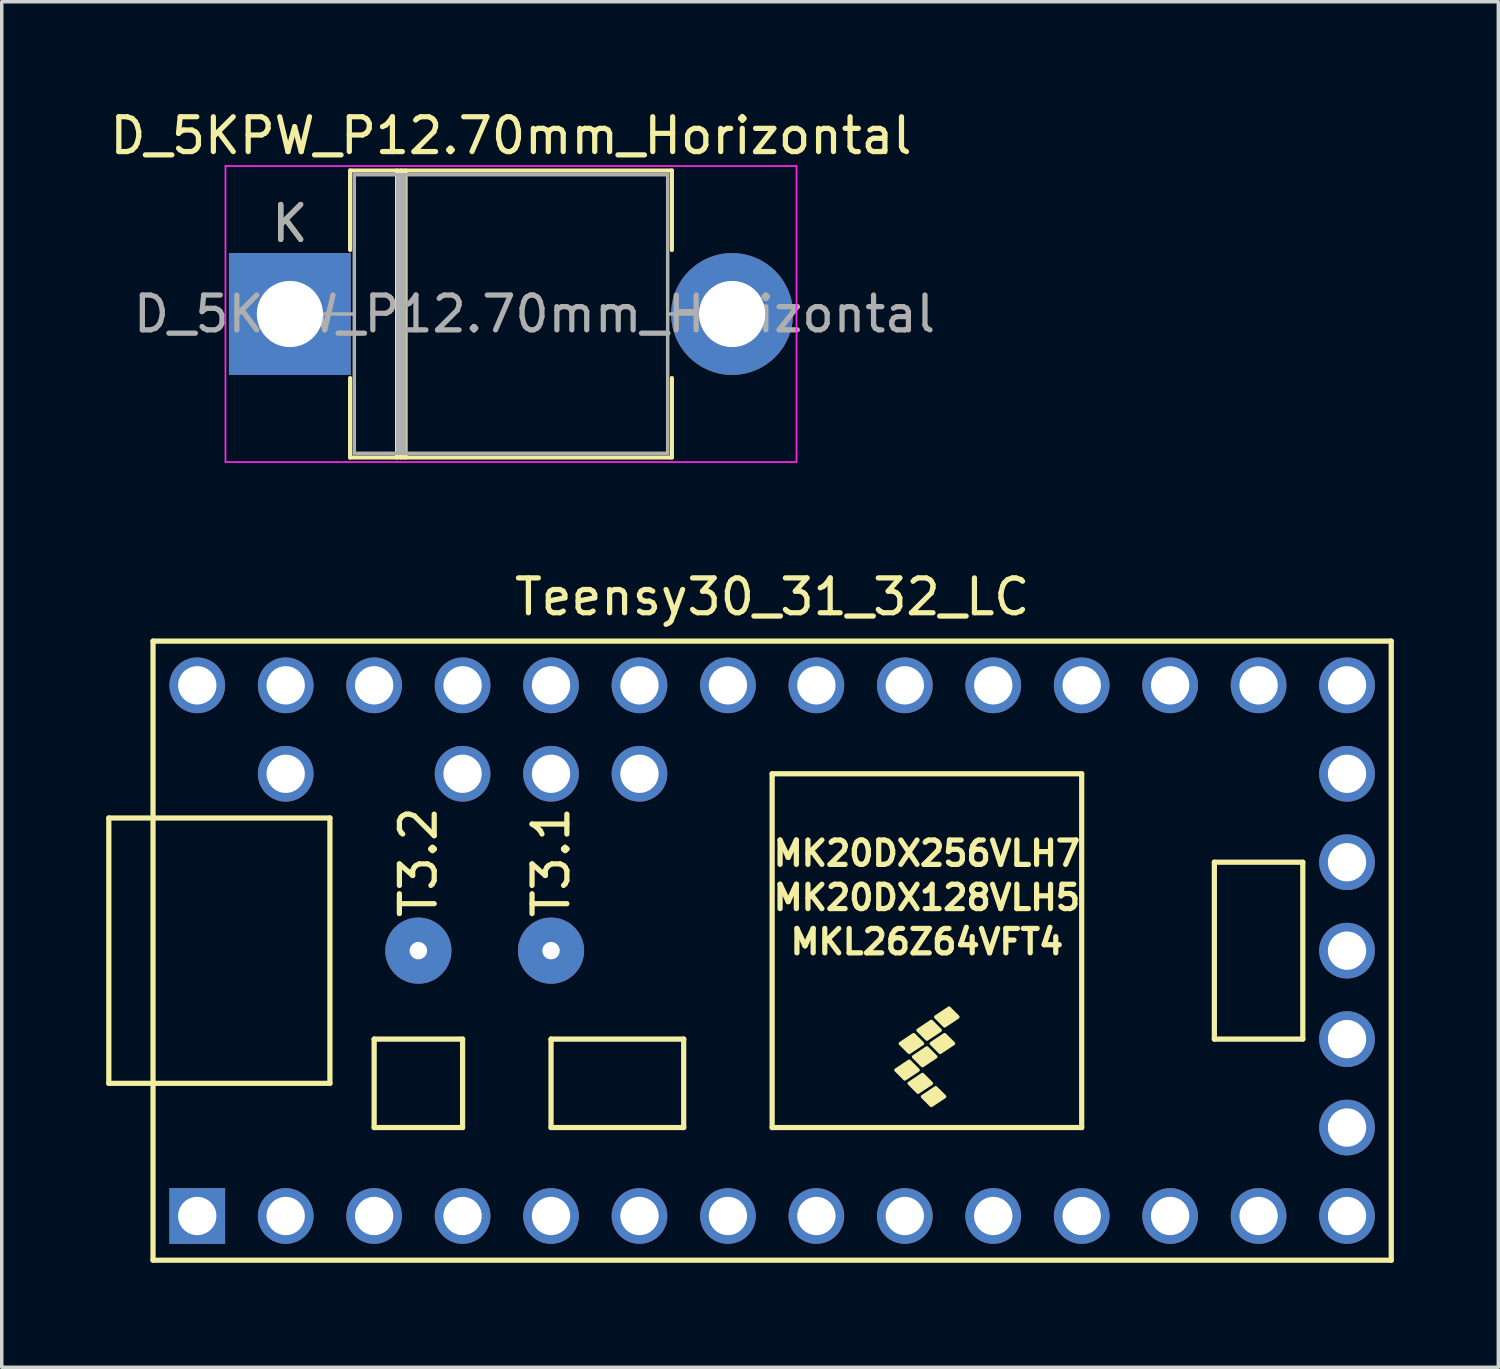
<source format=kicad_pcb>
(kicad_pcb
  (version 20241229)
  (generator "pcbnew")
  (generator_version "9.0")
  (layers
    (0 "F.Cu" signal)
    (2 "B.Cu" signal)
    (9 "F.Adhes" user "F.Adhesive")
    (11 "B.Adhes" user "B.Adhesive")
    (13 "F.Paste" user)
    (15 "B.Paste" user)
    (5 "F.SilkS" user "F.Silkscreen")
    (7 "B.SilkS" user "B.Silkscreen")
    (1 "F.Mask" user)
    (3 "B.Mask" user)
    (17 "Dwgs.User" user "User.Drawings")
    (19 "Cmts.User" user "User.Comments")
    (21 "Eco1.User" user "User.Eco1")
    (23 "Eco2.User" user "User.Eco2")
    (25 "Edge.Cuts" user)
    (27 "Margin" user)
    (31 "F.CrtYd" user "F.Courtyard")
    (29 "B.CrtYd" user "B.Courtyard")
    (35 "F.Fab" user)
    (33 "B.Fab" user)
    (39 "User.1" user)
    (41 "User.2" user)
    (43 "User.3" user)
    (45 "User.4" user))
  (footprint "Teensy30_31_32_LC"
    (layer "F.Cu")
    (at 19.125 24.252)
    (property "Reference" "Teensy30_31_32_LC" (at 0 -10.16 0) (layer "F.SilkS") (effects (font (size 1 1) (thickness 0.15))))
    (attr through_hole)
    (fp_line (start -19.05 -3.81) (end -17.78 -3.81) (stroke (width 0.15) (type solid)) (layer "F.SilkS"))
    (fp_line (start -19.05 3.81) (end -19.05 -3.81) (stroke (width 0.15) (type solid)) (layer "F.SilkS"))
    (fp_line (start -17.78 -8.89) (end 17.78 -8.89) (stroke (width 0.15) (type solid)) (layer "F.SilkS"))
    (fp_line (start -17.78 3.81) (end -19.05 3.81) (stroke (width 0.15) (type solid)) (layer "F.SilkS"))
    (fp_line (start -17.78 8.89) (end -17.78 -8.89) (stroke (width 0.15) (type solid)) (layer "F.SilkS"))
    (fp_line (start -12.7 -3.81) (end -17.78 -3.81) (stroke (width 0.15) (type solid)) (layer "F.SilkS"))
    (fp_line (start -12.7 3.81) (end -17.78 3.81) (stroke (width 0.15) (type solid)) (layer "F.SilkS"))
    (fp_line (start -12.7 3.81) (end -12.7 -3.81) (stroke (width 0.15) (type solid)) (layer "F.SilkS"))
    (fp_line (start -11.43 2.54) (end -11.43 5.08) (stroke (width 0.15) (type solid)) (layer "F.SilkS"))
    (fp_line (start -11.43 5.08) (end -8.89 5.08) (stroke (width 0.15) (type solid)) (layer "F.SilkS"))
    (fp_line (start -8.89 2.54) (end -11.43 2.54) (stroke (width 0.15) (type solid)) (layer "F.SilkS"))
    (fp_line (start -8.89 5.08) (end -8.89 2.54) (stroke (width 0.15) (type solid)) (layer "F.SilkS"))
    (fp_line (start -6.35 2.54) (end -6.35 5.08) (stroke (width 0.15) (type solid)) (layer "F.SilkS"))
    (fp_line (start -6.35 5.08) (end -2.54 5.08) (stroke (width 0.15) (type solid)) (layer "F.SilkS"))
    (fp_line (start -2.54 2.54) (end -6.35 2.54) (stroke (width 0.15) (type solid)) (layer "F.SilkS"))
    (fp_line (start -2.54 5.08) (end -2.54 2.54) (stroke (width 0.15) (type solid)) (layer "F.SilkS"))
    (fp_line (start 0 -5.08) (end 0 5.08) (stroke (width 0.15) (type solid)) (layer "F.SilkS"))
    (fp_line (start 8.89 -5.08) (end 0 -5.08) (stroke (width 0.15) (type solid)) (layer "F.SilkS"))
    (fp_line (start 8.89 5.08) (end 0 5.08) (stroke (width 0.15) (type solid)) (layer "F.SilkS"))
    (fp_line (start 8.89 5.08) (end 8.89 -5.08) (stroke (width 0.15) (type solid)) (layer "F.SilkS"))
    (fp_line (start 12.7 -2.54) (end 15.24 -2.54) (stroke (width 0.15) (type solid)) (layer "F.SilkS"))
    (fp_line (start 12.7 2.54) (end 12.7 -2.54) (stroke (width 0.15) (type solid)) (layer "F.SilkS"))
    (fp_line (start 15.24 -2.54) (end 15.24 2.54) (stroke (width 0.15) (type solid)) (layer "F.SilkS"))
    (fp_line (start 15.24 2.54) (end 12.7 2.54) (stroke (width 0.15) (type solid)) (layer "F.SilkS"))
    (fp_line (start 17.78 -8.89) (end 17.78 8.89) (stroke (width 0.15) (type solid)) (layer "F.SilkS"))
    (fp_line (start 17.78 8.89) (end -17.78 8.89) (stroke (width 0.15) (type solid)) (layer "F.SilkS"))
    (fp_poly (pts (xy 3.81 3.683) (xy 3.556 3.429) (xy 3.937 3.175) (xy 4.191 3.429)) (stroke (width 0.1) (type solid)) (fill yes) (layer "F.SilkS"))
    (fp_poly (pts (xy 3.937 2.921) (xy 3.683 2.667) (xy 4.064 2.413) (xy 4.318 2.667)) (stroke (width 0.1) (type solid)) (fill yes) (layer "F.SilkS"))
    (fp_poly (pts (xy 4.191 4.064) (xy 3.937 3.81) (xy 4.318 3.556) (xy 4.572 3.81)) (stroke (width 0.1) (type solid)) (fill yes) (layer "F.SilkS"))
    (fp_poly (pts (xy 4.318 3.302) (xy 4.064 3.048) (xy 4.445 2.794) (xy 4.699 3.048)) (stroke (width 0.1) (type solid)) (fill yes) (layer "F.SilkS"))
    (fp_poly (pts (xy 4.445 2.54) (xy 4.191 2.286) (xy 4.572 2.032) (xy 4.826 2.286)) (stroke (width 0.1) (type solid)) (fill yes) (layer "F.SilkS"))
    (fp_poly (pts (xy 4.572 4.445) (xy 4.318 4.191) (xy 4.699 3.937) (xy 4.953 4.191)) (stroke (width 0.1) (type solid)) (fill yes) (layer "F.SilkS"))
    (fp_poly (pts (xy 4.826 2.921) (xy 4.572 2.667) (xy 4.953 2.413) (xy 5.207 2.667)) (stroke (width 0.1) (type solid)) (fill yes) (layer "F.SilkS"))
    (fp_poly (pts (xy 4.953 2.159) (xy 4.699 1.905) (xy 5.08 1.651) (xy 5.334 1.905)) (stroke (width 0.1) (type solid)) (fill yes) (layer "F.SilkS"))
    (fp_text user "T3.1" (at -6.35 -2.54 90) (layer "F.SilkS") (effects (font (size 1 1) (thickness 0.15))))
    (fp_text user "T3.2" (at -10.16 -2.54 90) (layer "F.SilkS") (effects (font (size 1 1) (thickness 0.15))))
    (fp_text user "MK20DX128VLH5" (at 4.445 -1.524 0) (layer "F.SilkS") (effects (font (size 0.7 0.7) (thickness 0.15))))
    (fp_text user "MKL26Z64VFT4" (at 4.445 -0.254 0) (layer "F.SilkS") (effects (font (size 0.7 0.7) (thickness 0.15))))
    (fp_text user "MK20DX256VLH7" (at 4.445 -2.794 0) (layer "F.SilkS") (effects (font (size 0.7 0.7) (thickness 0.15))))
    (pad "1" thru_hole rect (at -16.51 7.62) (size 1.6 1.6) (drill 1.1) (layers "*.Cu" "*.Mask"))
    (pad "2" thru_hole circle (at -13.97 7.62) (size 1.6 1.6) (drill 1.1) (layers "*.Cu" "*.Mask"))
    (pad "3" thru_hole circle (at -11.43 7.62) (size 1.6 1.6) (drill 1.1) (layers "*.Cu" "*.Mask"))
    (pad "4" thru_hole circle (at -8.89 7.62) (size 1.6 1.6) (drill 1.1) (layers "*.Cu" "*.Mask"))
    (pad "5" thru_hole circle (at -6.35 7.62) (size 1.6 1.6) (drill 1.1) (layers "*.Cu" "*.Mask"))
    (pad "6" thru_hole circle (at -3.81 7.62) (size 1.6 1.6) (drill 1.1) (layers "*.Cu" "*.Mask"))
    (pad "7" thru_hole circle (at -1.27 7.62) (size 1.6 1.6) (drill 1.1) (layers "*.Cu" "*.Mask"))
    (pad "8" thru_hole circle (at 1.27 7.62) (size 1.6 1.6) (drill 1.1) (layers "*.Cu" "*.Mask"))
    (pad "9" thru_hole circle (at 3.81 7.62) (size 1.6 1.6) (drill 1.1) (layers "*.Cu" "*.Mask"))
    (pad "10" thru_hole circle (at 6.35 7.62) (size 1.6 1.6) (drill 1.1) (layers "*.Cu" "*.Mask"))
    (pad "11" thru_hole circle (at 8.89 7.62) (size 1.6 1.6) (drill 1.1) (layers "*.Cu" "*.Mask"))
    (pad "12" thru_hole circle (at 11.43 7.62) (size 1.6 1.6) (drill 1.1) (layers "*.Cu" "*.Mask"))
    (pad "13" thru_hole circle (at 13.97 7.62) (size 1.6 1.6) (drill 1.1) (layers "*.Cu" "*.Mask"))
    (pad "14" thru_hole circle (at 16.51 7.62) (size 1.6 1.6) (drill 1.1) (layers "*.Cu" "*.Mask"))
    (pad "15" thru_hole circle (at 16.51 5.08) (size 1.6 1.6) (drill 1.1) (layers "*.Cu" "*.Mask"))
    (pad "16" thru_hole circle (at 16.51 2.54) (size 1.6 1.6) (drill 1.1) (layers "*.Cu" "*.Mask"))
    (pad "17" thru_hole circle (at 16.51 0) (size 1.6 1.6) (drill 1.1) (layers "*.Cu" "*.Mask"))
    (pad "18" thru_hole circle (at 16.51 -2.54) (size 1.6 1.6) (drill 1.1) (layers "*.Cu" "*.Mask"))
    (pad "19" thru_hole circle (at 16.51 -5.08) (size 1.6 1.6) (drill 1.1) (layers "*.Cu" "*.Mask"))
    (pad "20" thru_hole circle (at 16.51 -7.62) (size 1.6 1.6) (drill 1.1) (layers "*.Cu" "*.Mask"))
    (pad "21" thru_hole circle (at 13.97 -7.62) (size 1.6 1.6) (drill 1.1) (layers "*.Cu" "*.Mask"))
    (pad "22" thru_hole circle (at 11.43 -7.62) (size 1.6 1.6) (drill 1.1) (layers "*.Cu" "*.Mask"))
    (pad "23" thru_hole circle (at 8.89 -7.62) (size 1.6 1.6) (drill 1.1) (layers "*.Cu" "*.Mask"))
    (pad "24" thru_hole circle (at 6.35 -7.62) (size 1.6 1.6) (drill 1.1) (layers "*.Cu" "*.Mask"))
    (pad "25" thru_hole circle (at 3.81 -7.62) (size 1.6 1.6) (drill 1.1) (layers "*.Cu" "*.Mask"))
    (pad "26" thru_hole circle (at 1.27 -7.62) (size 1.6 1.6) (drill 1.1) (layers "*.Cu" "*.Mask"))
    (pad "27" thru_hole circle (at -1.27 -7.62) (size 1.6 1.6) (drill 1.1) (layers "*.Cu" "*.Mask"))
    (pad "28" thru_hole circle (at -3.81 -7.62) (size 1.6 1.6) (drill 1.1) (layers "*.Cu" "*.Mask"))
    (pad "29" thru_hole circle (at -6.35 -7.62) (size 1.6 1.6) (drill 1.1) (layers "*.Cu" "*.Mask"))
    (pad "30" thru_hole circle (at -8.89 -7.62) (size 1.6 1.6) (drill 1.1) (layers "*.Cu" "*.Mask"))
    (pad "31" thru_hole circle (at -11.43 -7.62) (size 1.6 1.6) (drill 1.1) (layers "*.Cu" "*.Mask"))
    (pad "32" thru_hole circle (at -13.97 -7.62) (size 1.6 1.6) (drill 1.1) (layers "*.Cu" "*.Mask"))
    (pad "33" thru_hole circle (at -16.51 -7.62) (size 1.6 1.6) (drill 1.1) (layers "*.Cu" "*.Mask"))
    (pad "34" thru_hole circle (at -13.97 -5.08) (size 1.6 1.6) (drill 1.1) (layers "*.Cu" "*.Mask"))
    (pad "35" thru_hole circle (at -8.89 -5.08) (size 1.6 1.6) (drill 1.1) (layers "*.Cu" "*.Mask"))
    (pad "36" thru_hole circle (at -6.35 -5.08) (size 1.6 1.6) (drill 1.1) (layers "*.Cu" "*.Mask"))
    (pad "37" thru_hole circle (at -3.81 -5.08) (size 1.6 1.6) (drill 1.1) (layers "*.Cu" "*.Mask"))
    (pad "52" thru_hole circle (at -10.16 0) (size 1.9 1.9) (drill 0.5) (layers "*.Cu" "*.Mask"))
    (pad "52" thru_hole circle (at -6.35 0) (size 1.9 1.9) (drill 0.5) (layers "*.Cu" "*.Mask")))
  (footprint "D_5KPW_P12.70mm_Horizontal"
    (layer "F.Cu")
    (at 5.275 5.968)
    (property "Reference" "D_5KPW_P12.70mm_Horizontal" (at 6.35 -5.12 0) (layer "F.SilkS") (effects (font (size 1 1) (thickness 0.15))))
    (attr through_hole)
    (fp_line (start 1.73 -4.12) (end 10.97 -4.12) (stroke (width 0.12) (type solid)) (layer "F.SilkS"))
    (fp_line (start 1.73 -1.84) (end 1.73 -4.12) (stroke (width 0.12) (type solid)) (layer "F.SilkS"))
    (fp_line (start 1.73 1.84) (end 1.73 4.12) (stroke (width 0.12) (type solid)) (layer "F.SilkS"))
    (fp_line (start 1.73 4.12) (end 10.97 4.12) (stroke (width 0.12) (type solid)) (layer "F.SilkS"))
    (fp_line (start 3.08 -4.12) (end 3.08 4.12) (stroke (width 0.12) (type solid)) (layer "F.SilkS"))
    (fp_line (start 3.2 -4.12) (end 3.2 4.12) (stroke (width 0.12) (type solid)) (layer "F.SilkS"))
    (fp_line (start 3.32 -4.12) (end 3.32 4.12) (stroke (width 0.12) (type solid)) (layer "F.SilkS"))
    (fp_line (start 10.97 -4.12) (end 10.97 -1.84) (stroke (width 0.12) (type solid)) (layer "F.SilkS"))
    (fp_line (start 10.97 4.12) (end 10.97 1.84) (stroke (width 0.12) (type solid)) (layer "F.SilkS"))
    (fp_line (start -1.85 -4.25) (end -1.85 4.25) (stroke (width 0.05) (type solid)) (layer "F.CrtYd"))
    (fp_line (start -1.85 4.25) (end 14.55 4.25) (stroke (width 0.05) (type solid)) (layer "F.CrtYd"))
    (fp_line (start 14.55 -4.25) (end -1.85 -4.25) (stroke (width 0.05) (type solid)) (layer "F.CrtYd"))
    (fp_line (start 14.55 4.25) (end 14.55 -4.25) (stroke (width 0.05) (type solid)) (layer "F.CrtYd"))
    (fp_line (start 0 0) (end 1.85 0) (stroke (width 0.1) (type solid)) (layer "F.Fab"))
    (fp_line (start 1.85 -4) (end 1.85 4) (stroke (width 0.1) (type solid)) (layer "F.Fab"))
    (fp_line (start 1.85 4) (end 10.85 4) (stroke (width 0.1) (type solid)) (layer "F.Fab"))
    (fp_line (start 3.1 -4) (end 3.1 4) (stroke (width 0.1) (type solid)) (layer "F.Fab"))
    (fp_line (start 3.2 -4) (end 3.2 4) (stroke (width 0.1) (type solid)) (layer "F.Fab"))
    (fp_line (start 3.3 -4) (end 3.3 4) (stroke (width 0.1) (type solid)) (layer "F.Fab"))
    (fp_line (start 10.85 -4) (end 1.85 -4) (stroke (width 0.1) (type solid)) (layer "F.Fab"))
    (fp_line (start 10.85 4) (end 10.85 -4) (stroke (width 0.1) (type solid)) (layer "F.Fab"))
    (fp_line (start 12.7 0) (end 10.85 0) (stroke (width 0.1) (type solid)) (layer "F.Fab"))
    (fp_text user "K" (at 0 -2.6 0) (layer "F.SilkS") (effects (font (size 1 1) (thickness 0.15))))
    (fp_text user "${REFERENCE}" (at 7.025 0 0) (layer "F.Fab") (effects (font (size 1 1) (thickness 0.15))))
    (fp_text user "K" (at 0 -2.6 0) (layer "F.Fab") (effects (font (size 1 1) (thickness 0.15))))
    (pad "1" thru_hole rect (at 0 0) (size 3.5 3.5) (drill 1.9) (layers "*.Cu" "*.Mask"))
    (pad "2" thru_hole oval (at 12.7 0) (size 3.5 3.5) (drill 1.9) (layers "*.Cu" "*.Mask")))
  (gr_rect
    (start -3 -3)
    (end 39.98 36.217)
    (stroke (width 0.1) (type default))
    (fill no)
    (layer "Edge.Cuts")))
</source>
